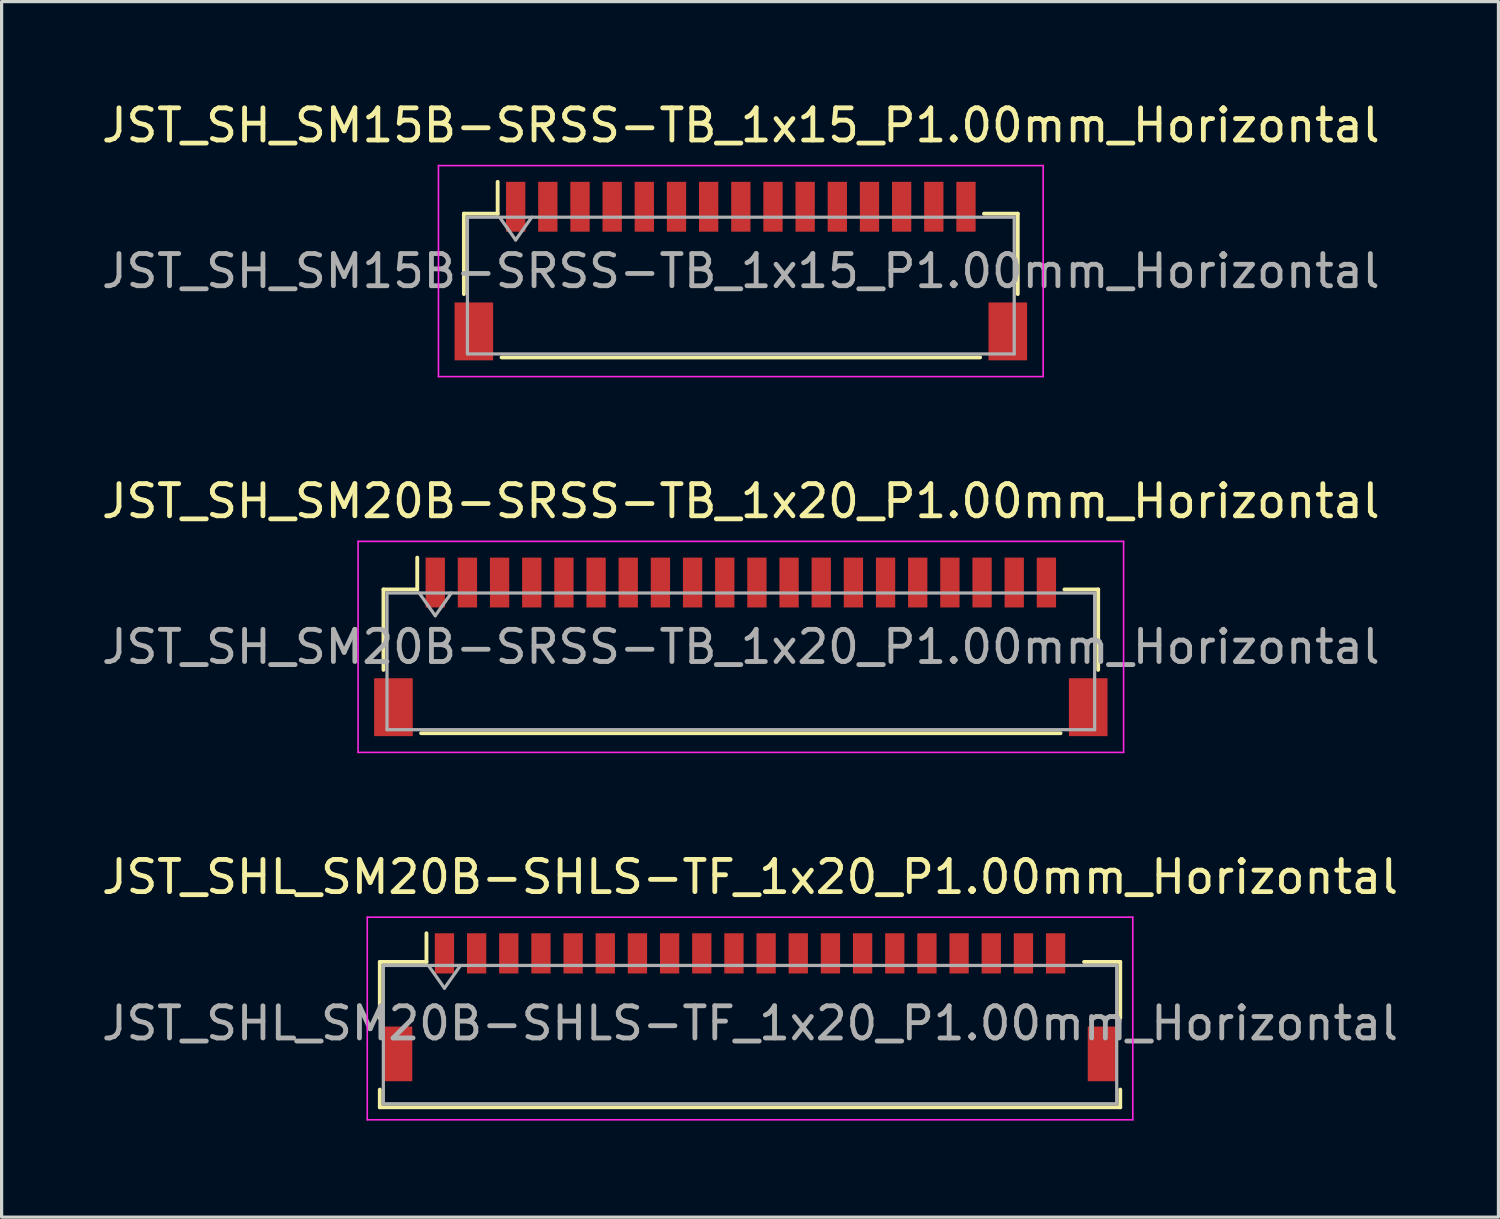
<source format=kicad_pcb>
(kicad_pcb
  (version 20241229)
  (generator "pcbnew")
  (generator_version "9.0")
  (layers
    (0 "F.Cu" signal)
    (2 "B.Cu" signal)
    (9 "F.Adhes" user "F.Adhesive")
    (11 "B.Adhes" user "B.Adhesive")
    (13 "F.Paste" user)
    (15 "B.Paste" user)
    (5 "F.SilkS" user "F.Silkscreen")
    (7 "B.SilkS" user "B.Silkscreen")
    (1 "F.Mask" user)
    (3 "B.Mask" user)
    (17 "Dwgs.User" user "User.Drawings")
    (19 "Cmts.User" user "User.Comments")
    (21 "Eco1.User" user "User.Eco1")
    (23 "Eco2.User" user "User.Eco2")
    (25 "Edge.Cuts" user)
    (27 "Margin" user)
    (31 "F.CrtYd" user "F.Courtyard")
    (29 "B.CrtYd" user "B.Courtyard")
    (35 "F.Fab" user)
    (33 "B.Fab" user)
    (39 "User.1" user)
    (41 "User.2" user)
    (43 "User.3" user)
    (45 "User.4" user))
  (footprint "JST_SHL_SM20B-SHLS-TF_1x20_P1.00mm_Horizontal"
    (layer "F.Cu")
    (at 20.268 28.265)
    (property "Reference" "JST_SHL_SM20B-SHLS-TF_1x20_P1.00mm_Horizontal" (at 0 -4.05 0) (layer "F.SilkS") (effects (font (size 1 1) (thickness 0.15))))
    (attr smd)
    (fp_line (start -11.51 -1.41) (end -10.06 -1.41) (stroke (width 0.12) (type solid)) (layer "F.SilkS"))
    (fp_line (start -11.51 0.34) (end -11.51 -1.41) (stroke (width 0.12) (type solid)) (layer "F.SilkS"))
    (fp_line (start -11.51 2.56) (end -11.51 3.11) (stroke (width 0.12) (type solid)) (layer "F.SilkS"))
    (fp_line (start -11.51 3.11) (end 11.51 3.11) (stroke (width 0.12) (type solid)) (layer "F.SilkS"))
    (fp_line (start -10.06 -1.41) (end -10.06 -2.3) (stroke (width 0.12) (type solid)) (layer "F.SilkS"))
    (fp_line (start 11.51 -1.41) (end 10.385 -1.41) (stroke (width 0.12) (type solid)) (layer "F.SilkS"))
    (fp_line (start 11.51 0.34) (end 11.51 -1.41) (stroke (width 0.12) (type solid)) (layer "F.SilkS"))
    (fp_line (start 11.51 3.11) (end 11.51 2.56) (stroke (width 0.12) (type solid)) (layer "F.SilkS"))
    (fp_line (start -11.9 -2.8) (end -11.9 3.5) (stroke (width 0.05) (type solid)) (layer "F.CrtYd"))
    (fp_line (start -11.9 3.5) (end 11.9 3.5) (stroke (width 0.05) (type solid)) (layer "F.CrtYd"))
    (fp_line (start 11.9 -2.8) (end -11.9 -2.8) (stroke (width 0.05) (type solid)) (layer "F.CrtYd"))
    (fp_line (start 11.9 3.5) (end 11.9 -2.8) (stroke (width 0.05) (type solid)) (layer "F.CrtYd"))
    (fp_line (start -11.4 -1.3) (end -11.4 3) (stroke (width 0.1) (type solid)) (layer "F.Fab"))
    (fp_line (start -11.4 3) (end 11.4 3) (stroke (width 0.1) (type solid)) (layer "F.Fab"))
    (fp_line (start -10 -1.3) (end -9.5 -0.593) (stroke (width 0.1) (type solid)) (layer "F.Fab"))
    (fp_line (start -9.5 -0.593) (end -9 -1.3) (stroke (width 0.1) (type solid)) (layer "F.Fab"))
    (fp_line (start 11.4 -1.3) (end -11.4 -1.3) (stroke (width 0.1) (type solid)) (layer "F.Fab"))
    (fp_line (start 11.4 3) (end 11.4 -1.3) (stroke (width 0.1) (type solid)) (layer "F.Fab"))
    (fp_text user "${REFERENCE}" (at 0 0.5 0) (layer "F.Fab") (effects (font (size 1 1) (thickness 0.15))))
    (pad "" smd rect (at -10.95 1.45) (size 0.9 1.7) (layers "F.Cu" "F.Mask" "F.Paste"))
    (pad "" smd rect (at 10.95 1.45) (size 0.9 1.7) (layers "F.Cu" "F.Mask" "F.Paste"))
    (pad "1" smd rect (at -9.5 -1.675) (size 0.6 1.25) (layers "F.Cu" "F.Mask" "F.Paste"))
    (pad "2" smd rect (at -8.5 -1.675) (size 0.6 1.25) (layers "F.Cu" "F.Mask" "F.Paste"))
    (pad "3" smd rect (at -7.5 -1.675) (size 0.6 1.25) (layers "F.Cu" "F.Mask" "F.Paste"))
    (pad "4" smd rect (at -6.5 -1.675) (size 0.6 1.25) (layers "F.Cu" "F.Mask" "F.Paste"))
    (pad "5" smd rect (at -5.5 -1.675) (size 0.6 1.25) (layers "F.Cu" "F.Mask" "F.Paste"))
    (pad "6" smd rect (at -4.5 -1.675) (size 0.6 1.25) (layers "F.Cu" "F.Mask" "F.Paste"))
    (pad "7" smd rect (at -3.5 -1.675) (size 0.6 1.25) (layers "F.Cu" "F.Mask" "F.Paste"))
    (pad "8" smd rect (at -2.5 -1.675) (size 0.6 1.25) (layers "F.Cu" "F.Mask" "F.Paste"))
    (pad "9" smd rect (at -1.5 -1.675) (size 0.6 1.25) (layers "F.Cu" "F.Mask" "F.Paste"))
    (pad "10" smd rect (at -0.5 -1.675) (size 0.6 1.25) (layers "F.Cu" "F.Mask" "F.Paste"))
    (pad "11" smd rect (at 0.5 -1.675) (size 0.6 1.25) (layers "F.Cu" "F.Mask" "F.Paste"))
    (pad "12" smd rect (at 1.5 -1.675) (size 0.6 1.25) (layers "F.Cu" "F.Mask" "F.Paste"))
    (pad "13" smd rect (at 2.5 -1.675) (size 0.6 1.25) (layers "F.Cu" "F.Mask" "F.Paste"))
    (pad "14" smd rect (at 3.5 -1.675) (size 0.6 1.25) (layers "F.Cu" "F.Mask" "F.Paste"))
    (pad "15" smd rect (at 4.5 -1.675) (size 0.6 1.25) (layers "F.Cu" "F.Mask" "F.Paste"))
    (pad "16" smd rect (at 5.5 -1.675) (size 0.6 1.25) (layers "F.Cu" "F.Mask" "F.Paste"))
    (pad "17" smd rect (at 6.5 -1.675) (size 0.6 1.25) (layers "F.Cu" "F.Mask" "F.Paste"))
    (pad "18" smd rect (at 7.5 -1.675) (size 0.6 1.25) (layers "F.Cu" "F.Mask" "F.Paste"))
    (pad "19" smd rect (at 8.5 -1.675) (size 0.6 1.25) (layers "F.Cu" "F.Mask" "F.Paste"))
    (pad "20" smd rect (at 9.5 -1.675) (size 0.6 1.25) (layers "F.Cu" "F.Mask" "F.Paste")))
  (footprint "JST_SH_SM20B-SRSS-TB_1x20_P1.00mm_Horizontal"
    (layer "F.Cu")
    (at 19.982 17.061)
    (property "Reference" "JST_SH_SM20B-SRSS-TB_1x20_P1.00mm_Horizontal" (at 0 -4.53 0) (layer "F.SilkS") (effects (font (size 1 1) (thickness 0.15))))
    (attr smd)
    (fp_line (start -11.11 -1.785) (end -10.06 -1.785) (stroke (width 0.12) (type solid)) (layer "F.SilkS"))
    (fp_line (start -11.11 0.715) (end -11.11 -1.785) (stroke (width 0.12) (type solid)) (layer "F.SilkS"))
    (fp_line (start -10.06 -1.785) (end -10.06 -2.775) (stroke (width 0.12) (type solid)) (layer "F.SilkS"))
    (fp_line (start -9.94 2.685) (end 9.94 2.685) (stroke (width 0.12) (type solid)) (layer "F.SilkS"))
    (fp_line (start 11.11 -1.785) (end 10.06 -1.785) (stroke (width 0.12) (type solid)) (layer "F.SilkS"))
    (fp_line (start 11.11 0.715) (end 11.11 -1.785) (stroke (width 0.12) (type solid)) (layer "F.SilkS"))
    (fp_line (start -11.9 -3.28) (end -11.9 3.28) (stroke (width 0.05) (type solid)) (layer "F.CrtYd"))
    (fp_line (start -11.9 3.28) (end 11.9 3.28) (stroke (width 0.05) (type solid)) (layer "F.CrtYd"))
    (fp_line (start 11.9 -3.28) (end -11.9 -3.28) (stroke (width 0.05) (type solid)) (layer "F.CrtYd"))
    (fp_line (start 11.9 3.28) (end 11.9 -3.28) (stroke (width 0.05) (type solid)) (layer "F.CrtYd"))
    (fp_line (start -11 -1.675) (end -11 2.575) (stroke (width 0.1) (type solid)) (layer "F.Fab"))
    (fp_line (start -11 -1.675) (end 11 -1.675) (stroke (width 0.1) (type solid)) (layer "F.Fab"))
    (fp_line (start -11 2.575) (end 11 2.575) (stroke (width 0.1) (type solid)) (layer "F.Fab"))
    (fp_line (start -10 -1.675) (end -9.5 -0.968) (stroke (width 0.1) (type solid)) (layer "F.Fab"))
    (fp_line (start -9.5 -0.968) (end -9 -1.675) (stroke (width 0.1) (type solid)) (layer "F.Fab"))
    (fp_line (start 11 -1.675) (end 11 2.575) (stroke (width 0.1) (type solid)) (layer "F.Fab"))
    (fp_text user "${REFERENCE}" (at 0 0 0) (layer "F.Fab") (effects (font (size 1 1) (thickness 0.15))))
    (pad "" smd rect (at -10.8 1.875) (size 1.2 1.8) (layers "F.Cu" "F.Mask" "F.Paste"))
    (pad "" smd rect (at 10.8 1.875) (size 1.2 1.8) (layers "F.Cu" "F.Mask" "F.Paste"))
    (pad "1" smd rect (at -9.5 -2) (size 0.6 1.55) (layers "F.Cu" "F.Mask" "F.Paste"))
    (pad "2" smd rect (at -8.5 -2) (size 0.6 1.55) (layers "F.Cu" "F.Mask" "F.Paste"))
    (pad "3" smd rect (at -7.5 -2) (size 0.6 1.55) (layers "F.Cu" "F.Mask" "F.Paste"))
    (pad "4" smd rect (at -6.5 -2) (size 0.6 1.55) (layers "F.Cu" "F.Mask" "F.Paste"))
    (pad "5" smd rect (at -5.5 -2) (size 0.6 1.55) (layers "F.Cu" "F.Mask" "F.Paste"))
    (pad "6" smd rect (at -4.5 -2) (size 0.6 1.55) (layers "F.Cu" "F.Mask" "F.Paste"))
    (pad "7" smd rect (at -3.5 -2) (size 0.6 1.55) (layers "F.Cu" "F.Mask" "F.Paste"))
    (pad "8" smd rect (at -2.5 -2) (size 0.6 1.55) (layers "F.Cu" "F.Mask" "F.Paste"))
    (pad "9" smd rect (at -1.5 -2) (size 0.6 1.55) (layers "F.Cu" "F.Mask" "F.Paste"))
    (pad "10" smd rect (at -0.5 -2) (size 0.6 1.55) (layers "F.Cu" "F.Mask" "F.Paste"))
    (pad "11" smd rect (at 0.5 -2) (size 0.6 1.55) (layers "F.Cu" "F.Mask" "F.Paste"))
    (pad "12" smd rect (at 1.5 -2) (size 0.6 1.55) (layers "F.Cu" "F.Mask" "F.Paste"))
    (pad "13" smd rect (at 2.5 -2) (size 0.6 1.55) (layers "F.Cu" "F.Mask" "F.Paste"))
    (pad "14" smd rect (at 3.5 -2) (size 0.6 1.55) (layers "F.Cu" "F.Mask" "F.Paste"))
    (pad "15" smd rect (at 4.5 -2) (size 0.6 1.55) (layers "F.Cu" "F.Mask" "F.Paste"))
    (pad "16" smd rect (at 5.5 -2) (size 0.6 1.55) (layers "F.Cu" "F.Mask" "F.Paste"))
    (pad "17" smd rect (at 6.5 -2) (size 0.6 1.55) (layers "F.Cu" "F.Mask" "F.Paste"))
    (pad "18" smd rect (at 7.5 -2) (size 0.6 1.55) (layers "F.Cu" "F.Mask" "F.Paste"))
    (pad "19" smd rect (at 8.5 -2) (size 0.6 1.55) (layers "F.Cu" "F.Mask" "F.Paste"))
    (pad "20" smd rect (at 9.5 -2) (size 0.6 1.55) (layers "F.Cu" "F.Mask" "F.Paste")))
  (footprint "JST_SH_SM15B-SRSS-TB_1x15_P1.00mm_Horizontal"
    (layer "F.Cu")
    (at 19.982 5.378)
    (property "Reference" "JST_SH_SM15B-SRSS-TB_1x15_P1.00mm_Horizontal" (at 0 -4.53 0) (layer "F.SilkS") (effects (font (size 1 1) (thickness 0.15))))
    (attr smd)
    (fp_line (start -8.61 -1.785) (end -7.56 -1.785) (stroke (width 0.12) (type solid)) (layer "F.SilkS"))
    (fp_line (start -8.61 0.715) (end -8.61 -1.785) (stroke (width 0.12) (type solid)) (layer "F.SilkS"))
    (fp_line (start -7.56 -1.785) (end -7.56 -2.775) (stroke (width 0.12) (type solid)) (layer "F.SilkS"))
    (fp_line (start -7.44 2.685) (end 7.44 2.685) (stroke (width 0.12) (type solid)) (layer "F.SilkS"))
    (fp_line (start 8.61 -1.785) (end 7.56 -1.785) (stroke (width 0.12) (type solid)) (layer "F.SilkS"))
    (fp_line (start 8.61 0.715) (end 8.61 -1.785) (stroke (width 0.12) (type solid)) (layer "F.SilkS"))
    (fp_line (start -9.4 -3.28) (end -9.4 3.28) (stroke (width 0.05) (type solid)) (layer "F.CrtYd"))
    (fp_line (start -9.4 3.28) (end 9.4 3.28) (stroke (width 0.05) (type solid)) (layer "F.CrtYd"))
    (fp_line (start 9.4 -3.28) (end -9.4 -3.28) (stroke (width 0.05) (type solid)) (layer "F.CrtYd"))
    (fp_line (start 9.4 3.28) (end 9.4 -3.28) (stroke (width 0.05) (type solid)) (layer "F.CrtYd"))
    (fp_line (start -8.5 -1.675) (end -8.5 2.575) (stroke (width 0.1) (type solid)) (layer "F.Fab"))
    (fp_line (start -8.5 -1.675) (end 8.5 -1.675) (stroke (width 0.1) (type solid)) (layer "F.Fab"))
    (fp_line (start -8.5 2.575) (end 8.5 2.575) (stroke (width 0.1) (type solid)) (layer "F.Fab"))
    (fp_line (start -7.5 -1.675) (end -7 -0.968) (stroke (width 0.1) (type solid)) (layer "F.Fab"))
    (fp_line (start -7 -0.968) (end -6.5 -1.675) (stroke (width 0.1) (type solid)) (layer "F.Fab"))
    (fp_line (start 8.5 -1.675) (end 8.5 2.575) (stroke (width 0.1) (type solid)) (layer "F.Fab"))
    (fp_text user "${REFERENCE}" (at 0 0 0) (layer "F.Fab") (effects (font (size 1 1) (thickness 0.15))))
    (pad "" smd rect (at -8.3 1.875) (size 1.2 1.8) (layers "F.Cu" "F.Mask" "F.Paste"))
    (pad "" smd rect (at 8.3 1.875) (size 1.2 1.8) (layers "F.Cu" "F.Mask" "F.Paste"))
    (pad "1" smd rect (at -7 -2) (size 0.6 1.55) (layers "F.Cu" "F.Mask" "F.Paste"))
    (pad "2" smd rect (at -6 -2) (size 0.6 1.55) (layers "F.Cu" "F.Mask" "F.Paste"))
    (pad "3" smd rect (at -5 -2) (size 0.6 1.55) (layers "F.Cu" "F.Mask" "F.Paste"))
    (pad "4" smd rect (at -4 -2) (size 0.6 1.55) (layers "F.Cu" "F.Mask" "F.Paste"))
    (pad "5" smd rect (at -3 -2) (size 0.6 1.55) (layers "F.Cu" "F.Mask" "F.Paste"))
    (pad "6" smd rect (at -2 -2) (size 0.6 1.55) (layers "F.Cu" "F.Mask" "F.Paste"))
    (pad "7" smd rect (at -1 -2) (size 0.6 1.55) (layers "F.Cu" "F.Mask" "F.Paste"))
    (pad "8" smd rect (at 0 -2) (size 0.6 1.55) (layers "F.Cu" "F.Mask" "F.Paste"))
    (pad "9" smd rect (at 1 -2) (size 0.6 1.55) (layers "F.Cu" "F.Mask" "F.Paste"))
    (pad "10" smd rect (at 2 -2) (size 0.6 1.55) (layers "F.Cu" "F.Mask" "F.Paste"))
    (pad "11" smd rect (at 3 -2) (size 0.6 1.55) (layers "F.Cu" "F.Mask" "F.Paste"))
    (pad "12" smd rect (at 4 -2) (size 0.6 1.55) (layers "F.Cu" "F.Mask" "F.Paste"))
    (pad "13" smd rect (at 5 -2) (size 0.6 1.55) (layers "F.Cu" "F.Mask" "F.Paste"))
    (pad "14" smd rect (at 6 -2) (size 0.6 1.55) (layers "F.Cu" "F.Mask" "F.Paste"))
    (pad "15" smd rect (at 7 -2) (size 0.6 1.55) (layers "F.Cu" "F.Mask" "F.Paste")))
  (gr_rect
    (start -3 -3)
    (end 43.536 34.79)
    (stroke (width 0.1) (type default))
    (fill no)
    (layer "Edge.Cuts")))
</source>
